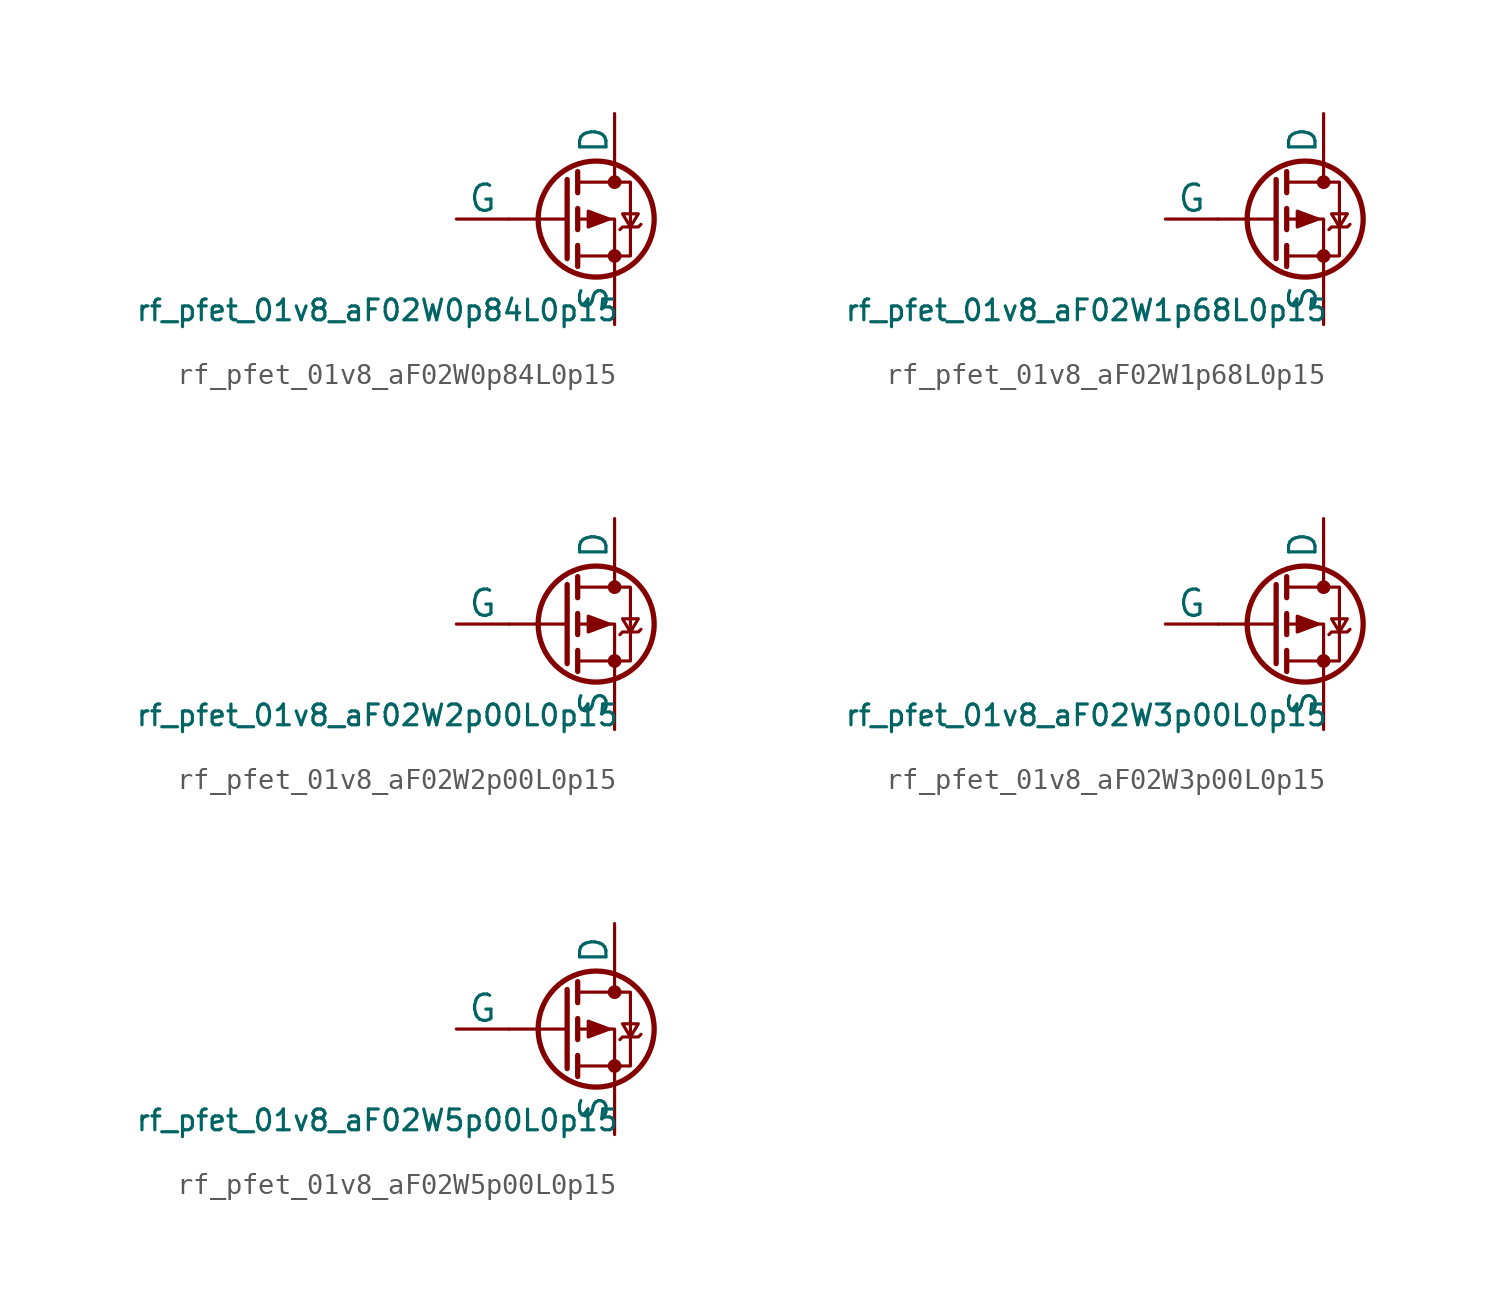
<source format=kicad_sym>
(kicad_symbol_lib
  (version 20211014)
  (generator pdk2kicad)
  (symbol "rf_pfet_01v8_aF02W0p84L0p15"
    (pin_numbers hide)
    (pin_names
      (offset 0))
    (property "Reference" "Q"
      (at 0 0 0)
      (effects (font (size 1 1)) hide))
    (property "Value" "rf_pfet_01v8_aF02W0p84L0p15"
      (at -8.89 -3.81 0)
      (effects (font (size 1 1)) (justify top)))
    (polyline
      (pts (xy 0.254 0) (xy -2.54 0))
      (stroke (width 0) (type default))
      (fill (type none)))
    (polyline
      (pts (xy 0.254 1.905) (xy 0.254 -1.905))
      (stroke (width 0.254) (type default))
      (fill (type none)))
    (polyline
      (pts (xy 0.762 -1.27) (xy 0.762 -2.286))
      (stroke (width 0.254) (type default))
      (fill (type none)))
    (polyline
      (pts (xy 0.762 0.508) (xy 0.762 -0.508))
      (stroke (width 0.254) (type default))
      (fill (type none)))
    (polyline
      (pts (xy 0.762 2.286) (xy 0.762 1.27))
      (stroke (width 0.254) (type default))
      (fill (type none)))
    (polyline
      (pts (xy 2.54 2.54) (xy 2.54 1.778))
      (stroke (width 0) (type default))
      (fill (type none)))
    (polyline
      (pts (xy 2.54 -2.54) (xy 2.54 0) (xy 0.762 0))
      (stroke (width 0) (type default))
      (fill (type none)))
    (polyline
      (pts (xy 0.762 1.778) (xy 3.302 1.778) (xy 3.302 -1.778) (xy 0.762 -1.778))
      (stroke (width 0) (type default))
      (fill (type none)))
    (polyline
      (pts (xy 2.286 0) (xy 1.27 0.381) (xy 1.27 -0.381) (xy 2.286 0))
      (stroke (width 0) (type default))
      (fill (type outline)))
    (polyline
      (pts (xy 2.794 -0.508) (xy 2.921 -0.381) (xy 3.683 -0.381) (xy 3.81 -0.254))
      (stroke (width 0) (type default))
      (fill (type none)))
    (polyline
      (pts (xy 3.302 -0.381) (xy 2.921 0.254) (xy 3.683 0.254) (xy 3.302 -0.381))
      (stroke (width 0) (type default))
      (fill (type none)))
    (circle
      (center 1.651 0)
      (radius 2.794)
      (stroke (width 0.254) (type default))
      (fill (type none)))
    (circle
      (center 2.54 -1.778)
      (radius 0.254)
      (stroke (width 0) (type default))
      (fill (type outline)))
    (circle
      (center 2.54 1.778)
      (radius 0.254)
      (stroke (width 0) (type default))
      (fill (type outline)))
    (pin passive line
      (at 2.54 5.08 270)
      (length 2.54)
      (name "D" (effects (font (size 1.27 1.27))))
      (number "1" (effects (font (size 1.27 1.27)))))
    (pin input line
      (at -5.08 0 0)
      (length 2.54)
      (name "G" (effects (font (size 1.27 1.27))))
      (number "2" (effects (font (size 1.27 1.27)))))
    (pin passive line
      (at 2.54 -5.08 90)
      (length 2.54)
      (name "S" (effects (font (size 1.27 1.27))))
      (number "3" (effects (font (size 1.27 1.27))))))
  (symbol "rf_pfet_01v8_aF02W1p68L0p15"
    (pin_numbers hide)
    (pin_names
      (offset 0))
    (property "Reference" "Q"
      (at 0 0 0)
      (effects (font (size 1 1)) hide))
    (property "Value" "rf_pfet_01v8_aF02W1p68L0p15"
      (at -8.89 -3.81 0)
      (effects (font (size 1 1)) (justify top)))
    (polyline
      (pts (xy 0.254 0) (xy -2.54 0))
      (stroke (width 0) (type default))
      (fill (type none)))
    (polyline
      (pts (xy 0.254 1.905) (xy 0.254 -1.905))
      (stroke (width 0.254) (type default))
      (fill (type none)))
    (polyline
      (pts (xy 0.762 -1.27) (xy 0.762 -2.286))
      (stroke (width 0.254) (type default))
      (fill (type none)))
    (polyline
      (pts (xy 0.762 0.508) (xy 0.762 -0.508))
      (stroke (width 0.254) (type default))
      (fill (type none)))
    (polyline
      (pts (xy 0.762 2.286) (xy 0.762 1.27))
      (stroke (width 0.254) (type default))
      (fill (type none)))
    (polyline
      (pts (xy 2.54 2.54) (xy 2.54 1.778))
      (stroke (width 0) (type default))
      (fill (type none)))
    (polyline
      (pts (xy 2.54 -2.54) (xy 2.54 0) (xy 0.762 0))
      (stroke (width 0) (type default))
      (fill (type none)))
    (polyline
      (pts (xy 0.762 1.778) (xy 3.302 1.778) (xy 3.302 -1.778) (xy 0.762 -1.778))
      (stroke (width 0) (type default))
      (fill (type none)))
    (polyline
      (pts (xy 2.286 0) (xy 1.27 0.381) (xy 1.27 -0.381) (xy 2.286 0))
      (stroke (width 0) (type default))
      (fill (type outline)))
    (polyline
      (pts (xy 2.794 -0.508) (xy 2.921 -0.381) (xy 3.683 -0.381) (xy 3.81 -0.254))
      (stroke (width 0) (type default))
      (fill (type none)))
    (polyline
      (pts (xy 3.302 -0.381) (xy 2.921 0.254) (xy 3.683 0.254) (xy 3.302 -0.381))
      (stroke (width 0) (type default))
      (fill (type none)))
    (circle
      (center 1.651 0)
      (radius 2.794)
      (stroke (width 0.254) (type default))
      (fill (type none)))
    (circle
      (center 2.54 -1.778)
      (radius 0.254)
      (stroke (width 0) (type default))
      (fill (type outline)))
    (circle
      (center 2.54 1.778)
      (radius 0.254)
      (stroke (width 0) (type default))
      (fill (type outline)))
    (pin passive line
      (at 2.54 5.08 270)
      (length 2.54)
      (name "D" (effects (font (size 1.27 1.27))))
      (number "1" (effects (font (size 1.27 1.27)))))
    (pin input line
      (at -5.08 0 0)
      (length 2.54)
      (name "G" (effects (font (size 1.27 1.27))))
      (number "2" (effects (font (size 1.27 1.27)))))
    (pin passive line
      (at 2.54 -5.08 90)
      (length 2.54)
      (name "S" (effects (font (size 1.27 1.27))))
      (number "3" (effects (font (size 1.27 1.27))))))
  (symbol "rf_pfet_01v8_aF02W2p00L0p15"
    (pin_numbers hide)
    (pin_names
      (offset 0))
    (property "Reference" "Q"
      (at 0 0 0)
      (effects (font (size 1 1)) hide))
    (property "Value" "rf_pfet_01v8_aF02W2p00L0p15"
      (at -8.89 -3.81 0)
      (effects (font (size 1 1)) (justify top)))
    (polyline
      (pts (xy 0.254 0) (xy -2.54 0))
      (stroke (width 0) (type default))
      (fill (type none)))
    (polyline
      (pts (xy 0.254 1.905) (xy 0.254 -1.905))
      (stroke (width 0.254) (type default))
      (fill (type none)))
    (polyline
      (pts (xy 0.762 -1.27) (xy 0.762 -2.286))
      (stroke (width 0.254) (type default))
      (fill (type none)))
    (polyline
      (pts (xy 0.762 0.508) (xy 0.762 -0.508))
      (stroke (width 0.254) (type default))
      (fill (type none)))
    (polyline
      (pts (xy 0.762 2.286) (xy 0.762 1.27))
      (stroke (width 0.254) (type default))
      (fill (type none)))
    (polyline
      (pts (xy 2.54 2.54) (xy 2.54 1.778))
      (stroke (width 0) (type default))
      (fill (type none)))
    (polyline
      (pts (xy 2.54 -2.54) (xy 2.54 0) (xy 0.762 0))
      (stroke (width 0) (type default))
      (fill (type none)))
    (polyline
      (pts (xy 0.762 1.778) (xy 3.302 1.778) (xy 3.302 -1.778) (xy 0.762 -1.778))
      (stroke (width 0) (type default))
      (fill (type none)))
    (polyline
      (pts (xy 2.286 0) (xy 1.27 0.381) (xy 1.27 -0.381) (xy 2.286 0))
      (stroke (width 0) (type default))
      (fill (type outline)))
    (polyline
      (pts (xy 2.794 -0.508) (xy 2.921 -0.381) (xy 3.683 -0.381) (xy 3.81 -0.254))
      (stroke (width 0) (type default))
      (fill (type none)))
    (polyline
      (pts (xy 3.302 -0.381) (xy 2.921 0.254) (xy 3.683 0.254) (xy 3.302 -0.381))
      (stroke (width 0) (type default))
      (fill (type none)))
    (circle
      (center 1.651 0)
      (radius 2.794)
      (stroke (width 0.254) (type default))
      (fill (type none)))
    (circle
      (center 2.54 -1.778)
      (radius 0.254)
      (stroke (width 0) (type default))
      (fill (type outline)))
    (circle
      (center 2.54 1.778)
      (radius 0.254)
      (stroke (width 0) (type default))
      (fill (type outline)))
    (pin passive line
      (at 2.54 5.08 270)
      (length 2.54)
      (name "D" (effects (font (size 1.27 1.27))))
      (number "1" (effects (font (size 1.27 1.27)))))
    (pin input line
      (at -5.08 0 0)
      (length 2.54)
      (name "G" (effects (font (size 1.27 1.27))))
      (number "2" (effects (font (size 1.27 1.27)))))
    (pin passive line
      (at 2.54 -5.08 90)
      (length 2.54)
      (name "S" (effects (font (size 1.27 1.27))))
      (number "3" (effects (font (size 1.27 1.27))))))
  (symbol "rf_pfet_01v8_aF02W3p00L0p15"
    (pin_numbers hide)
    (pin_names
      (offset 0))
    (property "Reference" "Q"
      (at 0 0 0)
      (effects (font (size 1 1)) hide))
    (property "Value" "rf_pfet_01v8_aF02W3p00L0p15"
      (at -8.89 -3.81 0)
      (effects (font (size 1 1)) (justify top)))
    (polyline
      (pts (xy 0.254 0) (xy -2.54 0))
      (stroke (width 0) (type default))
      (fill (type none)))
    (polyline
      (pts (xy 0.254 1.905) (xy 0.254 -1.905))
      (stroke (width 0.254) (type default))
      (fill (type none)))
    (polyline
      (pts (xy 0.762 -1.27) (xy 0.762 -2.286))
      (stroke (width 0.254) (type default))
      (fill (type none)))
    (polyline
      (pts (xy 0.762 0.508) (xy 0.762 -0.508))
      (stroke (width 0.254) (type default))
      (fill (type none)))
    (polyline
      (pts (xy 0.762 2.286) (xy 0.762 1.27))
      (stroke (width 0.254) (type default))
      (fill (type none)))
    (polyline
      (pts (xy 2.54 2.54) (xy 2.54 1.778))
      (stroke (width 0) (type default))
      (fill (type none)))
    (polyline
      (pts (xy 2.54 -2.54) (xy 2.54 0) (xy 0.762 0))
      (stroke (width 0) (type default))
      (fill (type none)))
    (polyline
      (pts (xy 0.762 1.778) (xy 3.302 1.778) (xy 3.302 -1.778) (xy 0.762 -1.778))
      (stroke (width 0) (type default))
      (fill (type none)))
    (polyline
      (pts (xy 2.286 0) (xy 1.27 0.381) (xy 1.27 -0.381) (xy 2.286 0))
      (stroke (width 0) (type default))
      (fill (type outline)))
    (polyline
      (pts (xy 2.794 -0.508) (xy 2.921 -0.381) (xy 3.683 -0.381) (xy 3.81 -0.254))
      (stroke (width 0) (type default))
      (fill (type none)))
    (polyline
      (pts (xy 3.302 -0.381) (xy 2.921 0.254) (xy 3.683 0.254) (xy 3.302 -0.381))
      (stroke (width 0) (type default))
      (fill (type none)))
    (circle
      (center 1.651 0)
      (radius 2.794)
      (stroke (width 0.254) (type default))
      (fill (type none)))
    (circle
      (center 2.54 -1.778)
      (radius 0.254)
      (stroke (width 0) (type default))
      (fill (type outline)))
    (circle
      (center 2.54 1.778)
      (radius 0.254)
      (stroke (width 0) (type default))
      (fill (type outline)))
    (pin passive line
      (at 2.54 5.08 270)
      (length 2.54)
      (name "D" (effects (font (size 1.27 1.27))))
      (number "1" (effects (font (size 1.27 1.27)))))
    (pin input line
      (at -5.08 0 0)
      (length 2.54)
      (name "G" (effects (font (size 1.27 1.27))))
      (number "2" (effects (font (size 1.27 1.27)))))
    (pin passive line
      (at 2.54 -5.08 90)
      (length 2.54)
      (name "S" (effects (font (size 1.27 1.27))))
      (number "3" (effects (font (size 1.27 1.27))))))
  (symbol "rf_pfet_01v8_aF02W5p00L0p15"
    (pin_numbers hide)
    (pin_names
      (offset 0))
    (property "Reference" "Q"
      (at 0 0 0)
      (effects (font (size 1 1)) hide))
    (property "Value" "rf_pfet_01v8_aF02W5p00L0p15"
      (at -8.89 -3.81 0)
      (effects (font (size 1 1)) (justify top)))
    (polyline
      (pts (xy 0.254 0) (xy -2.54 0))
      (stroke (width 0) (type default))
      (fill (type none)))
    (polyline
      (pts (xy 0.254 1.905) (xy 0.254 -1.905))
      (stroke (width 0.254) (type default))
      (fill (type none)))
    (polyline
      (pts (xy 0.762 -1.27) (xy 0.762 -2.286))
      (stroke (width 0.254) (type default))
      (fill (type none)))
    (polyline
      (pts (xy 0.762 0.508) (xy 0.762 -0.508))
      (stroke (width 0.254) (type default))
      (fill (type none)))
    (polyline
      (pts (xy 0.762 2.286) (xy 0.762 1.27))
      (stroke (width 0.254) (type default))
      (fill (type none)))
    (polyline
      (pts (xy 2.54 2.54) (xy 2.54 1.778))
      (stroke (width 0) (type default))
      (fill (type none)))
    (polyline
      (pts (xy 2.54 -2.54) (xy 2.54 0) (xy 0.762 0))
      (stroke (width 0) (type default))
      (fill (type none)))
    (polyline
      (pts (xy 0.762 1.778) (xy 3.302 1.778) (xy 3.302 -1.778) (xy 0.762 -1.778))
      (stroke (width 0) (type default))
      (fill (type none)))
    (polyline
      (pts (xy 2.286 0) (xy 1.27 0.381) (xy 1.27 -0.381) (xy 2.286 0))
      (stroke (width 0) (type default))
      (fill (type outline)))
    (polyline
      (pts (xy 2.794 -0.508) (xy 2.921 -0.381) (xy 3.683 -0.381) (xy 3.81 -0.254))
      (stroke (width 0) (type default))
      (fill (type none)))
    (polyline
      (pts (xy 3.302 -0.381) (xy 2.921 0.254) (xy 3.683 0.254) (xy 3.302 -0.381))
      (stroke (width 0) (type default))
      (fill (type none)))
    (circle
      (center 1.651 0)
      (radius 2.794)
      (stroke (width 0.254) (type default))
      (fill (type none)))
    (circle
      (center 2.54 -1.778)
      (radius 0.254)
      (stroke (width 0) (type default))
      (fill (type outline)))
    (circle
      (center 2.54 1.778)
      (radius 0.254)
      (stroke (width 0) (type default))
      (fill (type outline)))
    (pin passive line
      (at 2.54 5.08 270)
      (length 2.54)
      (name "D" (effects (font (size 1.27 1.27))))
      (number "1" (effects (font (size 1.27 1.27)))))
    (pin input line
      (at -5.08 0 0)
      (length 2.54)
      (name "G" (effects (font (size 1.27 1.27))))
      (number "2" (effects (font (size 1.27 1.27)))))
    (pin passive line
      (at 2.54 -5.08 90)
      (length 2.54)
      (name "S" (effects (font (size 1.27 1.27))))
      (number "3" (effects (font (size 1.27 1.27)))))))
</source>
